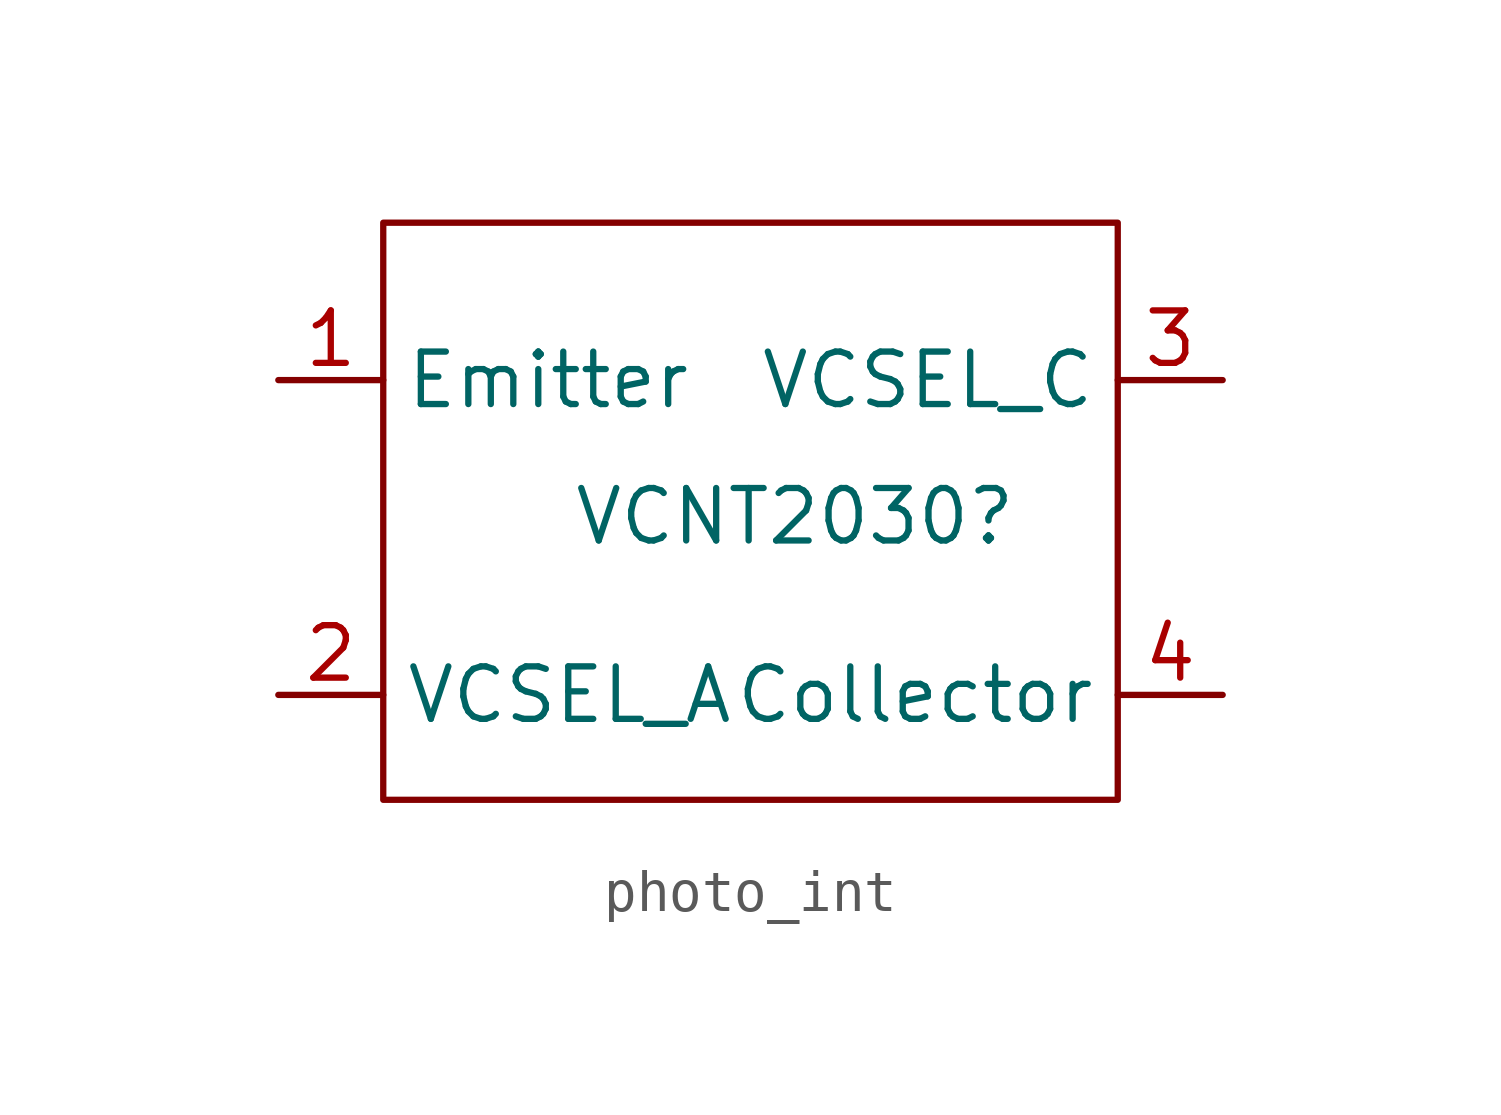
<source format=kicad_sym>
(kicad_symbol_lib
  (version 20231120)
  (generator "kicad_symbol_editor")
  (generator_version "8.0")
  (symbol "photo_int"
    (property "Reference" "VCNT2030"
      (at -4.318 -0.762 0)
      (effects (font (size 1.27 1.27)) (justify left)))
    (property "Value" ""
      (at 0 0 0)
      (effects (font (size 1.27 1.27))))
    (symbol "photo_int_0_1"
      (rectangle (start -8.89 6.35) (end 8.89 -7.62) (stroke (width 0) (type default)) (fill (type none))))
    (symbol "photo_int_1_1"
      (pin output line (at -11.43 2.54 0) (length 2.54) (name "Emitter" (effects (font (size 1.27 1.27)))) (number "1" (effects (font (size 1.27 1.27)))))
      (pin input line (at -11.43 -5.08 0) (length 2.54) (name "VCSEL_A" (effects (font (size 1.27 1.27)))) (number "2" (effects (font (size 1.27 1.27)))))
      (pin input line (at 11.43 2.54 180) (length 2.54) (name "VCSEL_C" (effects (font (size 1.27 1.27)))) (number "3" (effects (font (size 1.27 1.27)))))
      (pin input line (at 11.43 -5.08 180) (length 2.54) (name "Collector" (effects (font (size 1.27 1.27)))) (number "4" (effects (font (size 1.27 1.27))))))))
</source>
